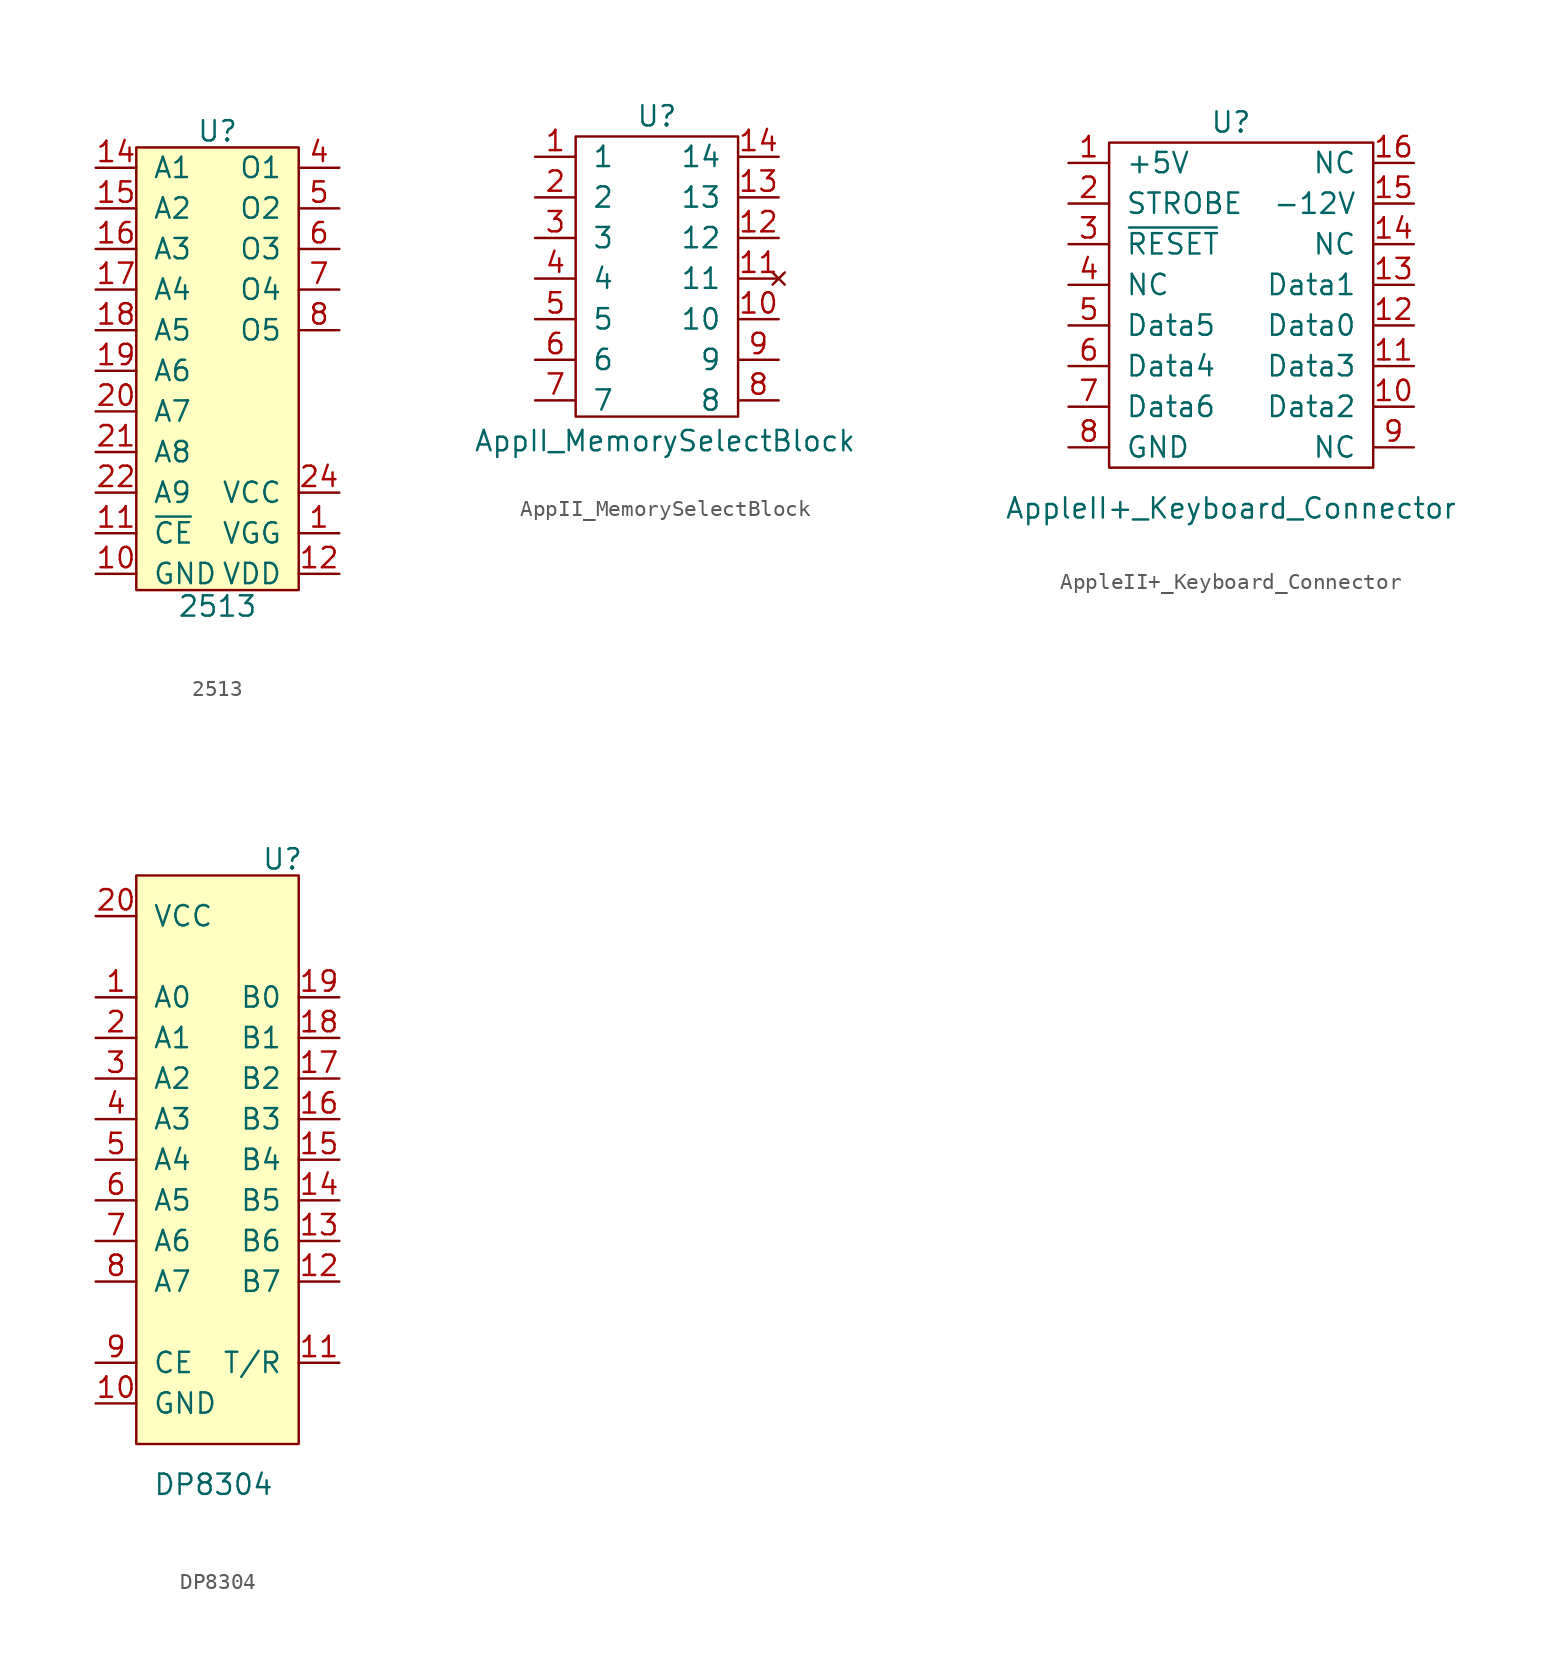
<source format=kicad_sym>
(kicad_symbol_lib
  (version 20220914)
  (generator kicad_symbol_editor)
  (symbol "2513"
    (pin_names
      (offset 1.016))
    (property "Reference" "U"
      (at 0 7.366 0)
      (effects (font (size 1.27 1.27))))
    (property "Value" "2513"
      (at 0 -22.352 0)
      (effects (font (size 1.27 1.27))))
    (symbol "2513_0_1"
      (rectangle (start 5.08 6.35) (end -5.08 -21.336) (stroke (width 0) (type solid)) (fill (type background))))
    (symbol "2513_1_1"
      (pin power_in line (at 7.62 -17.78 180) (length 2.54) (name "VGG" (effects (font (size 1.27 1.27)))) (number "1" (effects (font (size 1.27 1.27)))))
      (pin power_in line (at -7.62 -20.32 0) (length 2.54) (name "GND" (effects (font (size 1.27 1.27)))) (number "10" (effects (font (size 1.27 1.27)))))
      (pin input line (at -7.62 -17.78 0) (length 2.54) (name "~{CE}" (effects (font (size 1.27 1.27)))) (number "11" (effects (font (size 1.27 1.27)))))
      (pin power_in line (at 7.62 -20.32 180) (length 2.54) (name "VDD" (effects (font (size 1.27 1.27)))) (number "12" (effects (font (size 1.27 1.27)))))
      (pin input line (at -7.62 5.08 0) (length 2.54) (name "A1" (effects (font (size 1.27 1.27)))) (number "14" (effects (font (size 1.27 1.27)))))
      (pin input line (at -7.62 2.54 0) (length 2.54) (name "A2" (effects (font (size 1.27 1.27)))) (number "15" (effects (font (size 1.27 1.27)))))
      (pin input line (at -7.62 0 0) (length 2.54) (name "A3" (effects (font (size 1.27 1.27)))) (number "16" (effects (font (size 1.27 1.27)))))
      (pin input line (at -7.62 -2.54 0) (length 2.54) (name "A4" (effects (font (size 1.27 1.27)))) (number "17" (effects (font (size 1.27 1.27)))))
      (pin input line (at -7.62 -5.08 0) (length 2.54) (name "A5" (effects (font (size 1.27 1.27)))) (number "18" (effects (font (size 1.27 1.27)))))
      (pin input line (at -7.62 -7.62 0) (length 2.54) (name "A6" (effects (font (size 1.27 1.27)))) (number "19" (effects (font (size 1.27 1.27)))))
      (pin input line (at -7.62 -10.16 0) (length 2.54) (name "A7" (effects (font (size 1.27 1.27)))) (number "20" (effects (font (size 1.27 1.27)))))
      (pin input line (at -7.62 -12.7 0) (length 2.54) (name "A8" (effects (font (size 1.27 1.27)))) (number "21" (effects (font (size 1.27 1.27)))))
      (pin input line (at -7.62 -15.24 0) (length 2.54) (name "A9" (effects (font (size 1.27 1.27)))) (number "22" (effects (font (size 1.27 1.27)))))
      (pin power_in line (at 7.62 -15.24 180) (length 2.54) (name "VCC" (effects (font (size 1.27 1.27)))) (number "24" (effects (font (size 1.27 1.27)))))
      (pin output line (at 7.62 5.08 180) (length 2.54) (name "O1" (effects (font (size 1.27 1.27)))) (number "4" (effects (font (size 1.27 1.27)))))
      (pin output line (at 7.62 2.54 180) (length 2.54) (name "O2" (effects (font (size 1.27 1.27)))) (number "5" (effects (font (size 1.27 1.27)))))
      (pin output line (at 7.62 0 180) (length 2.54) (name "O3" (effects (font (size 1.27 1.27)))) (number "6" (effects (font (size 1.27 1.27)))))
      (pin output line (at 7.62 -2.54 180) (length 2.54) (name "O4" (effects (font (size 1.27 1.27)))) (number "7" (effects (font (size 1.27 1.27)))))
      (pin output line (at 7.62 -5.08 180) (length 2.54) (name "O5" (effects (font (size 1.27 1.27)))) (number "8" (effects (font (size 1.27 1.27)))))))
  (symbol "AppII_MemorySelectBlock"
    (pin_names
      (offset 1.016))
    (property "Reference" "U"
      (at 0 10.16 0)
      (effects (font (size 1.27 1.27))))
    (property "Value" "AppII_MemorySelectBlock"
      (at 0.508 -10.16 0)
      (effects (font (size 1.27 1.27))))
    (symbol "AppII_MemorySelectBlock_0_1"
      (rectangle (start -5.08 8.89) (end 5.08 -8.636) (stroke (width 0) (type solid)) (fill (type none))))
    (symbol "AppII_MemorySelectBlock_1_1"
      (pin input line (at -7.62 7.62 0) (length 2.54) (name "1" (effects (font (size 1.27 1.27)))) (number "1" (effects (font (size 1.27 1.27)))))
      (pin input line (at 7.62 -2.54 180) (length 2.54) (name "10" (effects (font (size 1.27 1.27)))) (number "10" (effects (font (size 1.27 1.27)))))
      (pin no_connect line (at 7.62 0 180) (length 2.54) (name "11" (effects (font (size 1.27 1.27)))) (number "11" (effects (font (size 1.27 1.27)))))
      (pin input line (at 7.62 2.54 180) (length 2.54) (name "12" (effects (font (size 1.27 1.27)))) (number "12" (effects (font (size 1.27 1.27)))))
      (pin input line (at 7.62 5.08 180) (length 2.54) (name "13" (effects (font (size 1.27 1.27)))) (number "13" (effects (font (size 1.27 1.27)))))
      (pin input line (at 7.62 7.62 180) (length 2.54) (name "14" (effects (font (size 1.27 1.27)))) (number "14" (effects (font (size 1.27 1.27)))))
      (pin input line (at -7.62 5.08 0) (length 2.54) (name "2" (effects (font (size 1.27 1.27)))) (number "2" (effects (font (size 1.27 1.27)))))
      (pin input line (at -7.62 2.54 0) (length 2.54) (name "3" (effects (font (size 1.27 1.27)))) (number "3" (effects (font (size 1.27 1.27)))))
      (pin input line (at -7.62 0 0) (length 2.54) (name "4" (effects (font (size 1.27 1.27)))) (number "4" (effects (font (size 1.27 1.27)))))
      (pin input line (at -7.62 -2.54 0) (length 2.54) (name "5" (effects (font (size 1.27 1.27)))) (number "5" (effects (font (size 1.27 1.27)))))
      (pin input line (at -7.62 -5.08 0) (length 2.54) (name "6" (effects (font (size 1.27 1.27)))) (number "6" (effects (font (size 1.27 1.27)))))
      (pin input line (at -7.62 -7.62 0) (length 2.54) (name "7" (effects (font (size 1.27 1.27)))) (number "7" (effects (font (size 1.27 1.27)))))
      (pin input line (at 7.62 -7.62 180) (length 2.54) (name "8" (effects (font (size 1.27 1.27)))) (number "8" (effects (font (size 1.27 1.27)))))
      (pin input line (at 7.62 -5.08 180) (length 2.54) (name "9" (effects (font (size 1.27 1.27)))) (number "9" (effects (font (size 1.27 1.27)))))))
  (symbol "AppleII+_Keyboard_Connector"
    (pin_names
      (offset 1.016))
    (property "Reference" "U"
      (at -1.27 11.43 0)
      (effects (font (size 1.27 1.27))))
    (property "Value" "AppleII+_Keyboard_Connector"
      (at -1.27 -12.7 0)
      (effects (font (size 1.27 1.27))))
    (symbol "AppleII+_Keyboard_Connector_0_1"
      (rectangle (start -8.89 10.16) (end 7.62 -10.16) (stroke (width 0) (type solid)) (fill (type none))))
    (symbol "AppleII+_Keyboard_Connector_1_1"
      (pin passive line (at -11.43 8.89 0) (length 2.54) (name "+5V" (effects (font (size 1.27 1.27)))) (number "1" (effects (font (size 1.27 1.27)))))
      (pin passive line (at 10.16 -6.35 180) (length 2.54) (name "Data2" (effects (font (size 1.27 1.27)))) (number "10" (effects (font (size 1.27 1.27)))))
      (pin passive line (at 10.16 -3.81 180) (length 2.54) (name "Data3" (effects (font (size 1.27 1.27)))) (number "11" (effects (font (size 1.27 1.27)))))
      (pin passive line (at 10.16 -1.27 180) (length 2.54) (name "Data0" (effects (font (size 1.27 1.27)))) (number "12" (effects (font (size 1.27 1.27)))))
      (pin passive line (at 10.16 1.27 180) (length 2.54) (name "Data1" (effects (font (size 1.27 1.27)))) (number "13" (effects (font (size 1.27 1.27)))))
      (pin passive line (at 10.16 3.81 180) (length 2.54) (name "NC~{}" (effects (font (size 1.27 1.27)))) (number "14" (effects (font (size 1.27 1.27)))))
      (pin passive line (at 10.16 6.35 180) (length 2.54) (name "-12V" (effects (font (size 1.27 1.27)))) (number "15" (effects (font (size 1.27 1.27)))))
      (pin passive line (at 10.16 8.89 180) (length 2.54) (name "NC" (effects (font (size 1.27 1.27)))) (number "16" (effects (font (size 1.27 1.27)))))
      (pin passive line (at -11.43 6.35 0) (length 2.54) (name "STROBE" (effects (font (size 1.27 1.27)))) (number "2" (effects (font (size 1.27 1.27)))))
      (pin passive line (at -11.43 3.81 0) (length 2.54) (name "~{RESET}" (effects (font (size 1.27 1.27)))) (number "3" (effects (font (size 1.27 1.27)))))
      (pin passive line (at -11.43 1.27 0) (length 2.54) (name "NC~{}" (effects (font (size 1.27 1.27)))) (number "4" (effects (font (size 1.27 1.27)))))
      (pin passive line (at -11.43 -1.27 0) (length 2.54) (name "Data5" (effects (font (size 1.27 1.27)))) (number "5" (effects (font (size 1.27 1.27)))))
      (pin passive line (at -11.43 -3.81 0) (length 2.54) (name "Data4" (effects (font (size 1.27 1.27)))) (number "6" (effects (font (size 1.27 1.27)))))
      (pin passive line (at -11.43 -6.35 0) (length 2.54) (name "Data6" (effects (font (size 1.27 1.27)))) (number "7" (effects (font (size 1.27 1.27)))))
      (pin passive line (at -11.43 -8.89 0) (length 2.54) (name "GND" (effects (font (size 1.27 1.27)))) (number "8" (effects (font (size 1.27 1.27)))))
      (pin passive line (at 10.16 -8.89 180) (length 2.54) (name "NC~{}" (effects (font (size 1.27 1.27)))) (number "9" (effects (font (size 1.27 1.27)))))))
  (symbol "DP8304"
    (pin_names
      (offset 1.016))
    (property "Reference" "U"
      (at 4.064 18.796 0)
      (effects (font (size 1.27 1.27))))
    (property "Value" "DP8304"
      (at -0.254 -20.32 0)
      (effects (font (size 1.27 1.27))))
    (symbol "DP8304_0_1"
      (rectangle (start -5.08 17.78) (end 5.08 -17.78) (stroke (width 0) (type solid)) (fill (type background))))
    (symbol "DP8304_1_1"
      (pin bidirectional line (at -7.62 10.16 0) (length 2.54) (name "A0" (effects (font (size 1.27 1.27)))) (number "1" (effects (font (size 1.27 1.27)))))
      (pin power_in line (at -7.62 -15.24 0) (length 2.54) (name "GND" (effects (font (size 1.27 1.27)))) (number "10" (effects (font (size 1.27 1.27)))))
      (pin input line (at 7.62 -12.7 180) (length 2.54) (name "T/R" (effects (font (size 1.27 1.27)))) (number "11" (effects (font (size 1.27 1.27)))))
      (pin bidirectional line (at 7.62 -7.62 180) (length 2.54) (name "B7" (effects (font (size 1.27 1.27)))) (number "12" (effects (font (size 1.27 1.27)))))
      (pin bidirectional line (at 7.62 -5.08 180) (length 2.54) (name "B6" (effects (font (size 1.27 1.27)))) (number "13" (effects (font (size 1.27 1.27)))))
      (pin bidirectional line (at 7.62 -2.54 180) (length 2.54) (name "B5" (effects (font (size 1.27 1.27)))) (number "14" (effects (font (size 1.27 1.27)))))
      (pin bidirectional line (at 7.62 0 180) (length 2.54) (name "B4" (effects (font (size 1.27 1.27)))) (number "15" (effects (font (size 1.27 1.27)))))
      (pin bidirectional line (at 7.62 2.54 180) (length 2.54) (name "B3" (effects (font (size 1.27 1.27)))) (number "16" (effects (font (size 1.27 1.27)))))
      (pin bidirectional line (at 7.62 5.08 180) (length 2.54) (name "B2" (effects (font (size 1.27 1.27)))) (number "17" (effects (font (size 1.27 1.27)))))
      (pin bidirectional line (at 7.62 7.62 180) (length 2.54) (name "B1" (effects (font (size 1.27 1.27)))) (number "18" (effects (font (size 1.27 1.27)))))
      (pin bidirectional line (at 7.62 10.16 180) (length 2.54) (name "B0" (effects (font (size 1.27 1.27)))) (number "19" (effects (font (size 1.27 1.27)))))
      (pin bidirectional line (at -7.62 7.62 0) (length 2.54) (name "A1" (effects (font (size 1.27 1.27)))) (number "2" (effects (font (size 1.27 1.27)))))
      (pin power_in line (at -7.62 15.24 0) (length 2.54) (name "VCC" (effects (font (size 1.27 1.27)))) (number "20" (effects (font (size 1.27 1.27)))))
      (pin bidirectional line (at -7.62 5.08 0) (length 2.54) (name "A2" (effects (font (size 1.27 1.27)))) (number "3" (effects (font (size 1.27 1.27)))))
      (pin bidirectional line (at -7.62 2.54 0) (length 2.54) (name "A3" (effects (font (size 1.27 1.27)))) (number "4" (effects (font (size 1.27 1.27)))))
      (pin bidirectional line (at -7.62 0 0) (length 2.54) (name "A4" (effects (font (size 1.27 1.27)))) (number "5" (effects (font (size 1.27 1.27)))))
      (pin bidirectional line (at -7.62 -2.54 0) (length 2.54) (name "A5" (effects (font (size 1.27 1.27)))) (number "6" (effects (font (size 1.27 1.27)))))
      (pin bidirectional line (at -7.62 -5.08 0) (length 2.54) (name "A6" (effects (font (size 1.27 1.27)))) (number "7" (effects (font (size 1.27 1.27)))))
      (pin bidirectional line (at -7.62 -7.62 0) (length 2.54) (name "A7" (effects (font (size 1.27 1.27)))) (number "8" (effects (font (size 1.27 1.27)))))
      (pin input line (at -7.62 -12.7 0) (length 2.54) (name "CE" (effects (font (size 1.27 1.27)))) (number "9" (effects (font (size 1.27 1.27))))))))
</source>
